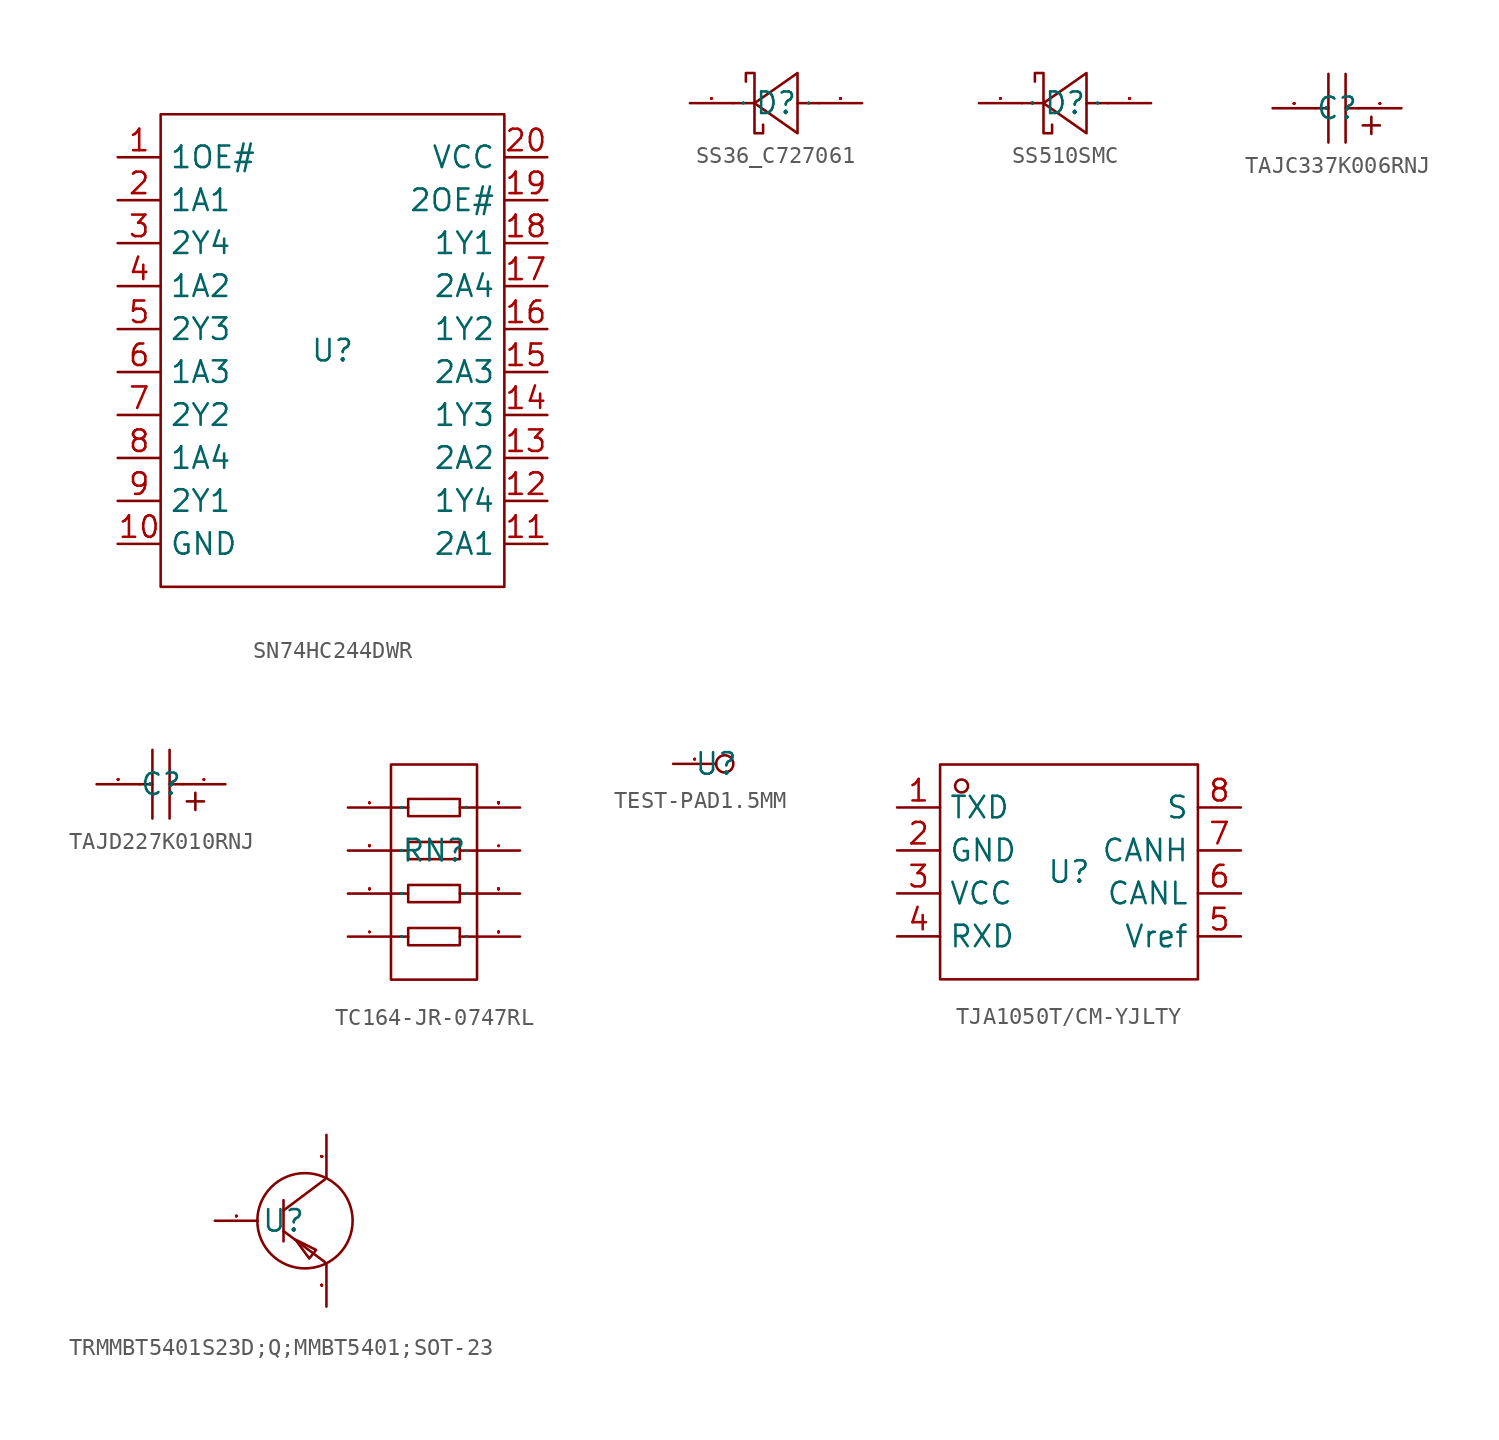
<source format=kicad_sym>
(kicad_symbol_lib
  (version 20231120)
  (generator "kicad_symbol_editor")
  (generator_version "8.0")
  (symbol "SN74HC244DWR"
    (property "Reference" "U"
      (at 0 0 0)
      (effects (font (size 1.27 1.27))))
    (property "Value" ""
      (at 0 0 0)
      (effects (font (size 1.27 1.27))))
    (symbol "SN74HC244DWR_1_0"
      (rectangle (start -10.16 -13.97) (end 10.16 13.97) (stroke (width 0) (type default)) (fill (type none)))
      (pin unspecified line (at -12.7 11.43 0) (length 2.54) (name "1OE#" (effects (font (size 1.27 1.27)))) (number "1" (effects (font (size 1.27 1.27)))))
      (pin unspecified line (at -12.7 -11.43 0) (length 2.54) (name "GND" (effects (font (size 1.27 1.27)))) (number "10" (effects (font (size 1.27 1.27)))))
      (pin unspecified line (at 12.7 -11.43 180) (length 2.54) (name "2A1" (effects (font (size 1.27 1.27)))) (number "11" (effects (font (size 1.27 1.27)))))
      (pin unspecified line (at 12.7 -8.89 180) (length 2.54) (name "1Y4" (effects (font (size 1.27 1.27)))) (number "12" (effects (font (size 1.27 1.27)))))
      (pin unspecified line (at 12.7 -6.35 180) (length 2.54) (name "2A2" (effects (font (size 1.27 1.27)))) (number "13" (effects (font (size 1.27 1.27)))))
      (pin unspecified line (at 12.7 -3.81 180) (length 2.54) (name "1Y3" (effects (font (size 1.27 1.27)))) (number "14" (effects (font (size 1.27 1.27)))))
      (pin unspecified line (at 12.7 -1.27 180) (length 2.54) (name "2A3" (effects (font (size 1.27 1.27)))) (number "15" (effects (font (size 1.27 1.27)))))
      (pin unspecified line (at 12.7 1.27 180) (length 2.54) (name "1Y2" (effects (font (size 1.27 1.27)))) (number "16" (effects (font (size 1.27 1.27)))))
      (pin unspecified line (at 12.7 3.81 180) (length 2.54) (name "2A4" (effects (font (size 1.27 1.27)))) (number "17" (effects (font (size 1.27 1.27)))))
      (pin unspecified line (at 12.7 6.35 180) (length 2.54) (name "1Y1" (effects (font (size 1.27 1.27)))) (number "18" (effects (font (size 1.27 1.27)))))
      (pin unspecified line (at 12.7 8.89 180) (length 2.54) (name "2OE#" (effects (font (size 1.27 1.27)))) (number "19" (effects (font (size 1.27 1.27)))))
      (pin unspecified line (at -12.7 8.89 0) (length 2.54) (name "1A1" (effects (font (size 1.27 1.27)))) (number "2" (effects (font (size 1.27 1.27)))))
      (pin unspecified line (at 12.7 11.43 180) (length 2.54) (name "VCC" (effects (font (size 1.27 1.27)))) (number "20" (effects (font (size 1.27 1.27)))))
      (pin unspecified line (at -12.7 6.35 0) (length 2.54) (name "2Y4" (effects (font (size 1.27 1.27)))) (number "3" (effects (font (size 1.27 1.27)))))
      (pin unspecified line (at -12.7 3.81 0) (length 2.54) (name "1A2" (effects (font (size 1.27 1.27)))) (number "4" (effects (font (size 1.27 1.27)))))
      (pin unspecified line (at -12.7 1.27 0) (length 2.54) (name "2Y3" (effects (font (size 1.27 1.27)))) (number "5" (effects (font (size 1.27 1.27)))))
      (pin unspecified line (at -12.7 -1.27 0) (length 2.54) (name "1A3" (effects (font (size 1.27 1.27)))) (number "6" (effects (font (size 1.27 1.27)))))
      (pin unspecified line (at -12.7 -3.81 0) (length 2.54) (name "2Y2" (effects (font (size 1.27 1.27)))) (number "7" (effects (font (size 1.27 1.27)))))
      (pin unspecified line (at -12.7 -6.35 0) (length 2.54) (name "1A4" (effects (font (size 1.27 1.27)))) (number "8" (effects (font (size 1.27 1.27)))))
      (pin unspecified line (at -12.7 -8.89 0) (length 2.54) (name "2Y1" (effects (font (size 1.27 1.27)))) (number "9" (effects (font (size 1.27 1.27)))))))
  (symbol "SS36_C727061"
    (property "Reference" "D"
      (at 0 0 0)
      (effects (font (size 1.27 1.27))))
    (property "Value" ""
      (at 0 0 0)
      (effects (font (size 1.27 1.27))))
    (symbol "SS36_C727061_1_0"
      (polyline (pts (xy -1.27 0) (xy -2.54 0)) (stroke (width 0) (type default)) (fill (type none)))
      (polyline (pts (xy 2.54 0) (xy 1.27 0)) (stroke (width 0) (type default)) (fill (type none)))
      (polyline (pts (xy 1.27 1.778) (xy -1.27 0) (xy -1.27 0) (xy 1.27 -1.778) (xy 1.27 -1.778) (xy 1.27 1.778)) (stroke (width 0) (type default)) (fill (type none)))
      (polyline (pts (xy -1.778 1.27) (xy -1.778 1.778) (xy -1.778 1.778) (xy -1.27 1.778) (xy -1.27 1.778) (xy -1.27 -1.778) (xy -1.27 -1.778) (xy -0.762 -1.778) (xy -0.762 -1.778) (xy -0.762 -1.27)) (stroke (width 0) (type default)) (fill (type none)))
      (pin unspecified line (at -5.08 0 0) (length 2.54) (name "K" (effects (font (size 0.025 0.025)))) (number "1" (effects (font (size 0.025 0.025)))))
      (pin unspecified line (at 5.08 0 180) (length 2.54) (name "A" (effects (font (size 0.025 0.025)))) (number "2" (effects (font (size 0.025 0.025)))))))
  (symbol "SS510SMC"
    (property "Reference" "D"
      (at 0 0 0)
      (effects (font (size 1.27 1.27))))
    (property "Value" ""
      (at 0 0 0)
      (effects (font (size 1.27 1.27))))
    (symbol "SS510SMC_1_0"
      (polyline (pts (xy -1.27 0) (xy -2.54 0)) (stroke (width 0) (type default)) (fill (type none)))
      (polyline (pts (xy 2.54 0) (xy 1.27 0)) (stroke (width 0) (type default)) (fill (type none)))
      (polyline (pts (xy 1.27 1.778) (xy -1.27 0) (xy -1.27 0) (xy 1.27 -1.778) (xy 1.27 -1.778) (xy 1.27 1.778)) (stroke (width 0) (type default)) (fill (type none)))
      (polyline (pts (xy -1.778 1.27) (xy -1.778 1.778) (xy -1.778 1.778) (xy -1.27 1.778) (xy -1.27 1.778) (xy -1.27 -1.778) (xy -1.27 -1.778) (xy -0.762 -1.778) (xy -0.762 -1.778) (xy -0.762 -1.27)) (stroke (width 0) (type default)) (fill (type none)))
      (pin unspecified line (at -5.08 0 0) (length 2.54) (name "C" (effects (font (size 0.025 0.025)))) (number "1" (effects (font (size 0.025 0.025)))))
      (pin unspecified line (at 5.08 0 180) (length 2.54) (name "A" (effects (font (size 0.025 0.025)))) (number "2" (effects (font (size 0.025 0.025)))))))
  (symbol "TAJC337K006RNJ"
    (property "Reference" "C"
      (at 0 0 0)
      (effects (font (size 1.27 1.27))))
    (symbol "TAJC337K006RNJ_1_0"
      (polyline (pts (xy -0.508 -2.032) (xy -0.508 2.032)) (stroke (width 0) (type default)) (fill (type none)))
      (polyline (pts (xy -0.508 0) (xy -1.27 0)) (stroke (width 0) (type default)) (fill (type none)))
      (polyline (pts (xy 0.508 -2.032) (xy 0.508 2.032)) (stroke (width 0) (type default)) (fill (type none)))
      (polyline (pts (xy 1.27 0) (xy 0.508 0)) (stroke (width 0) (type default)) (fill (type none)))
      (polyline (pts (xy 2.032 -1.524) (xy 2.032 -0.508)) (stroke (width 0) (type default)) (fill (type none)))
      (polyline (pts (xy 2.54 -1.016) (xy 1.524 -1.016)) (stroke (width 0) (type default)) (fill (type none)))
      (pin input line (at 3.81 0 180) (length 2.54) (name "1" (effects (font (size 0.025 0.025)))) (number "1" (effects (font (size 0.025 0.025)))))
      (pin input line (at -3.81 0 0) (length 2.54) (name "2" (effects (font (size 0.025 0.025)))) (number "2" (effects (font (size 0.025 0.025)))))))
  (symbol "TAJD227K010RNJ"
    (property "Reference" "C"
      (at 0 0 0)
      (effects (font (size 1.27 1.27))))
    (symbol "TAJD227K010RNJ_1_0"
      (polyline (pts (xy -0.508 -2.032) (xy -0.508 2.032)) (stroke (width 0) (type default)) (fill (type none)))
      (polyline (pts (xy -0.508 0) (xy -1.27 0)) (stroke (width 0) (type default)) (fill (type none)))
      (polyline (pts (xy 0.508 -2.032) (xy 0.508 2.032)) (stroke (width 0) (type default)) (fill (type none)))
      (polyline (pts (xy 1.27 0) (xy 0.508 0)) (stroke (width 0) (type default)) (fill (type none)))
      (polyline (pts (xy 2.032 -1.524) (xy 2.032 -0.508)) (stroke (width 0) (type default)) (fill (type none)))
      (polyline (pts (xy 2.54 -1.016) (xy 1.524 -1.016)) (stroke (width 0) (type default)) (fill (type none)))
      (pin input line (at 3.81 0 180) (length 2.54) (name "1" (effects (font (size 0.025 0.025)))) (number "1" (effects (font (size 0.025 0.025)))))
      (pin input line (at -3.81 0 0) (length 2.54) (name "2" (effects (font (size 0.025 0.025)))) (number "2" (effects (font (size 0.025 0.025)))))))
  (symbol "TC164-JR-0747RL"
    (property "Reference" "RN"
      (at 0 0 0)
      (effects (font (size 1.27 1.27))))
    (symbol "TC164-JR-0747RL_1_0"
      (rectangle (start -2.54 -7.62) (end 2.54 5.08) (stroke (width 0) (type default)) (fill (type none)))
      (rectangle (start -1.524 -5.588) (end 1.524 -4.572) (stroke (width 0) (type default)) (fill (type none)))
      (rectangle (start -1.524 -3.048) (end 1.524 -2.032) (stroke (width 0) (type default)) (fill (type none)))
      (rectangle (start -1.524 -0.508) (end 1.524 0.508) (stroke (width 0) (type default)) (fill (type none)))
      (rectangle (start -1.524 2.032) (end 1.524 3.048) (stroke (width 0) (type default)) (fill (type none)))
      (polyline (pts (xy -2.54 -5.08) (xy -1.524 -5.08)) (stroke (width 0) (type default)) (fill (type none)))
      (polyline (pts (xy -2.54 -2.54) (xy -1.524 -2.54)) (stroke (width 0) (type default)) (fill (type none)))
      (polyline (pts (xy -2.54 0) (xy -1.524 0)) (stroke (width 0) (type default)) (fill (type none)))
      (polyline (pts (xy -1.524 2.54) (xy -2.54 2.54)) (stroke (width 0) (type default)) (fill (type none)))
      (polyline (pts (xy 1.524 -5.08) (xy 2.54 -5.08)) (stroke (width 0) (type default)) (fill (type none)))
      (polyline (pts (xy 1.524 -2.54) (xy 2.54 -2.54)) (stroke (width 0) (type default)) (fill (type none)))
      (polyline (pts (xy 1.524 0) (xy 2.54 0)) (stroke (width 0) (type default)) (fill (type none)))
      (polyline (pts (xy 1.524 2.54) (xy 2.54 2.54)) (stroke (width 0) (type default)) (fill (type none)))
      (pin unspecified line (at -5.08 2.54 0) (length 2.54) (name "1" (effects (font (size 0.025 0.025)))) (number "1" (effects (font (size 0.025 0.025)))))
      (pin unspecified line (at -5.08 0 0) (length 2.54) (name "2" (effects (font (size 0.025 0.025)))) (number "2" (effects (font (size 0.025 0.025)))))
      (pin unspecified line (at -5.08 -2.54 0) (length 2.54) (name "3" (effects (font (size 0.025 0.025)))) (number "3" (effects (font (size 0.025 0.025)))))
      (pin unspecified line (at -5.08 -5.08 0) (length 2.54) (name "4" (effects (font (size 0.025 0.025)))) (number "4" (effects (font (size 0.025 0.025)))))
      (pin unspecified line (at 5.08 -5.08 180) (length 2.54) (name "5" (effects (font (size 0.025 0.025)))) (number "5" (effects (font (size 0.025 0.025)))))
      (pin unspecified line (at 5.08 -2.54 180) (length 2.54) (name "6" (effects (font (size 0.025 0.025)))) (number "6" (effects (font (size 0.025 0.025)))))
      (pin unspecified line (at 5.08 0 180) (length 2.54) (name "7" (effects (font (size 0.025 0.025)))) (number "7" (effects (font (size 0.025 0.025)))))
      (pin unspecified line (at 5.08 2.54 180) (length 2.54) (name "8" (effects (font (size 0.025 0.025)))) (number "8" (effects (font (size 0.025 0.025)))))))
  (symbol "TEST-PAD1.5MM"
    (property "Reference" "U"
      (at 0 0 0)
      (effects (font (size 1.27 1.27))))
    (property "Value" ""
      (at 0 0 0)
      (effects (font (size 1.27 1.27))))
    (symbol "TEST-PAD1.5MM_1_0"
      (circle (center 0.508 0) (radius 0.508) (stroke (width 0) (type default)) (fill (type none)))
      (pin unspecified line (at -2.54 0 0) (length 2.54) (name "" (effects (font (size 1.27 1.27)))) (number "1" (effects (font (size 0.025 0.025)))))))
  (symbol "TJA1050T/CM-YJLTY"
    (property "Reference" "U"
      (at 0 0 0)
      (effects (font (size 1.27 1.27))))
    (property "Value" ""
      (at 0 0 0)
      (effects (font (size 1.27 1.27))))
    (symbol "TJA1050T/CM-YJLTY_1_0"
      (rectangle (start -7.62 -6.35) (end 7.62 6.35) (stroke (width 0) (type default)) (fill (type none)))
      (circle (center -6.35 5.08) (radius 0.381) (stroke (width 0) (type default)) (fill (type none)))
      (pin input line (at -10.16 3.81 0) (length 2.54) (name "TXD" (effects (font (size 1.27 1.27)))) (number "1" (effects (font (size 1.27 1.27)))))
      (pin input line (at -10.16 1.27 0) (length 2.54) (name "GND" (effects (font (size 1.27 1.27)))) (number "2" (effects (font (size 1.27 1.27)))))
      (pin input line (at -10.16 -1.27 0) (length 2.54) (name "VCC" (effects (font (size 1.27 1.27)))) (number "3" (effects (font (size 1.27 1.27)))))
      (pin input line (at -10.16 -3.81 0) (length 2.54) (name "RXD" (effects (font (size 1.27 1.27)))) (number "4" (effects (font (size 1.27 1.27)))))
      (pin input line (at 10.16 -3.81 180) (length 2.54) (name "Vref" (effects (font (size 1.27 1.27)))) (number "5" (effects (font (size 1.27 1.27)))))
      (pin input line (at 10.16 -1.27 180) (length 2.54) (name "CANL" (effects (font (size 1.27 1.27)))) (number "6" (effects (font (size 1.27 1.27)))))
      (pin input line (at 10.16 1.27 180) (length 2.54) (name "CANH" (effects (font (size 1.27 1.27)))) (number "7" (effects (font (size 1.27 1.27)))))
      (pin input line (at 10.16 3.81 180) (length 2.54) (name "S" (effects (font (size 1.27 1.27)))) (number "8" (effects (font (size 1.27 1.27)))))))
  (symbol "TRMMBT5401S23D;Q;MMBT5401;SOT-23"
    (property "Reference" "U"
      (at 0 0 0)
      (effects (font (size 1.27 1.27))))
    (symbol "TRMMBT5401S23D;Q;MMBT5401;SOT-23_1_0"
      (polyline (pts (xy 0 1.219) (xy 0 -1.219)) (stroke (width 0) (type default)) (fill (type none)))
      (polyline (pts (xy 2.438 -2.438) (xy 0 -0.61)) (stroke (width 0) (type default)) (fill (type none)))
      (polyline (pts (xy 2.438 2.438) (xy 0 0.61)) (stroke (width 0) (type default)) (fill (type none)))
      (polyline (pts (xy 1.524 -2.235) (xy 1.93 -1.727) (xy 1.93 -1.727) (xy 0.711 -1.118) (xy 0.711 -1.118) (xy 1.524 -2.235)) (stroke (width 0) (type default)) (fill (type none)))
      (circle (center 1.27 0) (radius 2.819) (stroke (width 0) (type default)) (fill (type none)))
      (pin unspecified line (at -4.064 0 0) (length 2.54) (name "" (effects (font (size 0.025 0.025)))) (number "1" (effects (font (size 0.025 0.025)))))
      (pin unspecified line (at 2.54 -5.08 90) (length 2.54) (name "" (effects (font (size 0.025 0.025)))) (number "2" (effects (font (size 0.025 0.025)))))
      (pin unspecified line (at 2.54 5.08 270) (length 2.54) (name "" (effects (font (size 0.025 0.025)))) (number "3" (effects (font (size 0.025 0.025))))))))
</source>
